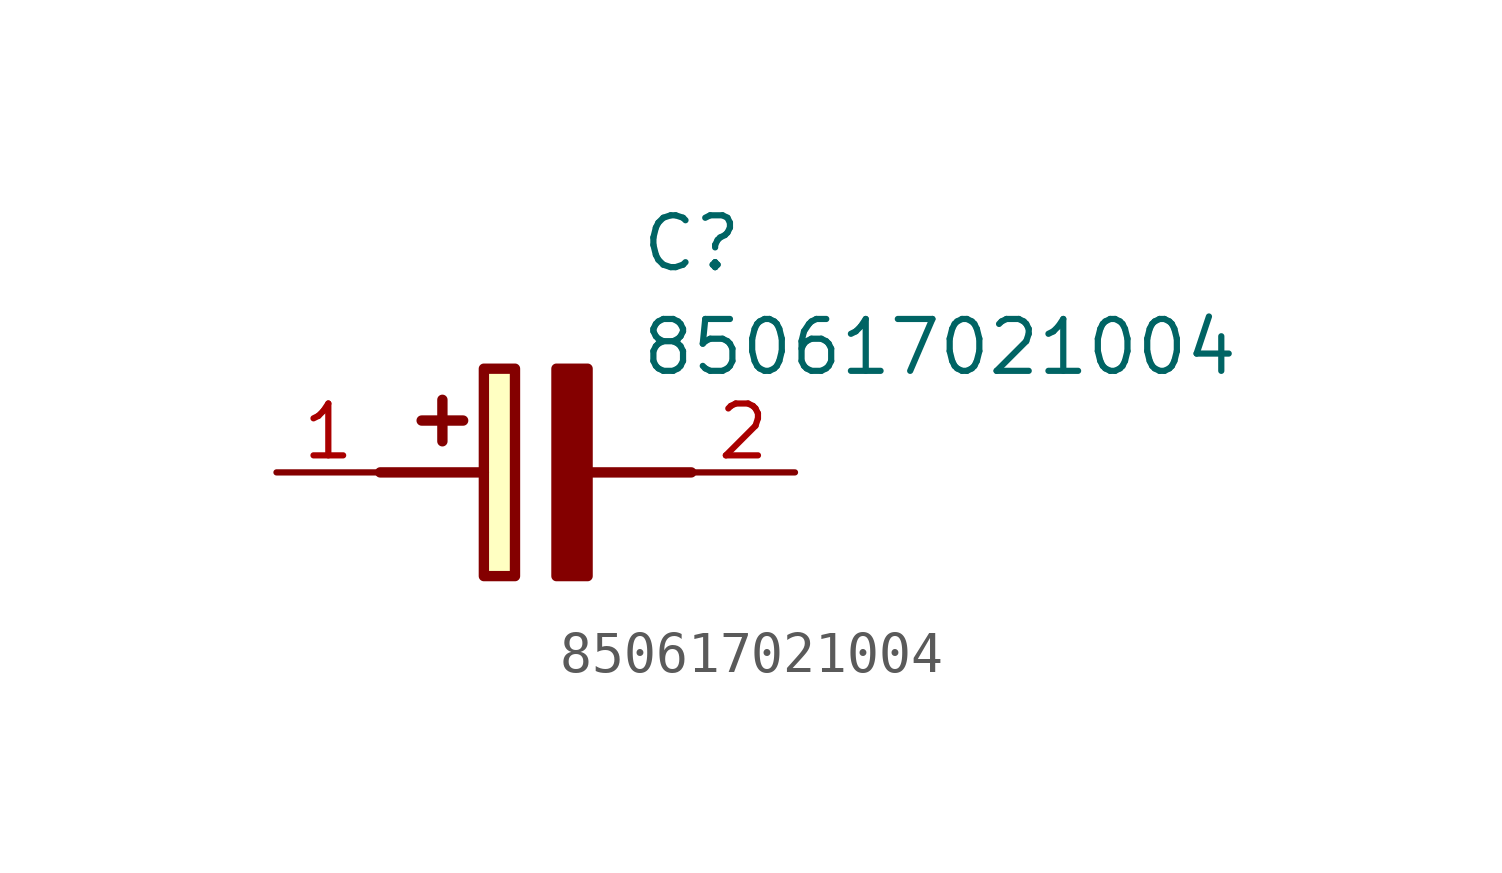
<source format=kicad_sym>
(kicad_symbol_lib
  (version 20211014)
  (generator SamacSys_ECAD_Model)
  (symbol "850617021004"
    (pin_names hide)
    (property "Reference" "C"
      (at 8.89 6.35 0)
      (effects (font (size 1.27 1.27)) (justify left top)))
    (property "Value" "850617021004"
      (at 8.89 3.81 0)
      (effects (font (size 1.27 1.27)) (justify left top)))
    (rectangle
      (start 5.08 2.54)
      (end 5.842 -2.54)
      (stroke (width 0.254) (type default))
      (fill (type background)))
    (polyline
      (pts (xy 4.572 1.27) (xy 3.556 1.27))
      (stroke (width 0.254) (type default))
      (fill (type none)))
    (polyline
      (pts (xy 4.064 1.778) (xy 4.064 0.762))
      (stroke (width 0.254) (type default))
      (fill (type none)))
    (polyline
      (pts (xy 2.54 0) (xy 5.08 0))
      (stroke (width 0.254) (type default))
      (fill (type none)))
    (polyline
      (pts (xy 7.62 0) (xy 10.16 0))
      (stroke (width 0.254) (type default))
      (fill (type none)))
    (polyline
      (pts (xy 7.62 2.54) (xy 7.62 -2.54) (xy 6.858 -2.54) (xy 6.858 2.54) (xy 7.62 2.54))
      (stroke (width 0.254) (type default))
      (fill (type outline)))
    (pin passive line
      (at 0 0 0)
      (length 2.54)
      (name "+" (effects (font (size 1.27 1.27))))
      (number "1" (effects (font (size 1.27 1.27)))))
    (pin passive line
      (at 12.7 0 180)
      (length 2.54)
      (name "-" (effects (font (size 1.27 1.27))))
      (number "2" (effects (font (size 1.27 1.27)))))))
</source>
